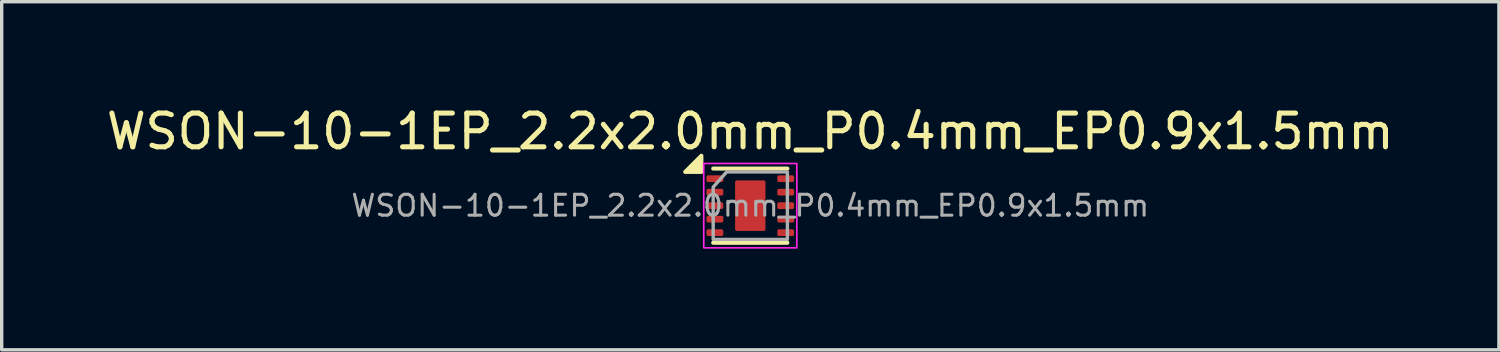
<source format=kicad_pcb>
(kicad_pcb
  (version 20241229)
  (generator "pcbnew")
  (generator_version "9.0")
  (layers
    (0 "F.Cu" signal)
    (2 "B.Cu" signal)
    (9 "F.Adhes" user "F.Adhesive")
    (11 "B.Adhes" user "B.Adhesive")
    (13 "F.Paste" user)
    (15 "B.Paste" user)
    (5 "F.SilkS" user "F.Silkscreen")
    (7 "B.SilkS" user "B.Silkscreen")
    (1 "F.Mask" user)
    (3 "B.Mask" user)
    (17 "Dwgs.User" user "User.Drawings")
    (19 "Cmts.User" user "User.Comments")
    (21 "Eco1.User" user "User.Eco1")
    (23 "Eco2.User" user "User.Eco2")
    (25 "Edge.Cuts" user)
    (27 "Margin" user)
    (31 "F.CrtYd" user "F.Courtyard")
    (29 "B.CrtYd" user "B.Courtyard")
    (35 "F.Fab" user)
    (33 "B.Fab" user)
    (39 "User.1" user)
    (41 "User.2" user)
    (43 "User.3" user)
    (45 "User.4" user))
  (footprint "WSON-10-1EP_2.2x2.0mm_P0.4mm_EP0.9x1.5mm"
    (layer "F.Cu")
    (at 19.196 3.048)
    (property "Reference" "WSON-10-1EP_2.2x2.0mm_P0.4mm_EP0.9x1.5mm" (at 0 -2.2 0) (layer "F.SilkS") (effects (font (size 1 1) (thickness 0.15))))
    (attr smd)
    (fp_line (start -1.1 -1.1) (end 1.1 -1.1) (stroke (width 0.12) (type solid)) (layer "F.SilkS"))
    (fp_line (start -1.1 1.1) (end 1.1 1.1) (stroke (width 0.12) (type solid)) (layer "F.SilkS"))
    (fp_poly (pts (xy -1.45 -1) (xy -1.93 -1) (xy -1.45 -1.48)) (stroke (width 0.12) (type solid)) (fill yes) (layer "F.SilkS"))
    (fp_rect (start -1.38 -1.25) (end 1.38 1.25) (stroke (width 0.05) (type solid)) (fill no) (layer "F.CrtYd"))
    (fp_poly (pts (xy -1.1 -0.55) (xy -1.1 1) (xy 1.1 1) (xy 1.1 -1) (xy -0.7 -1)) (stroke (width 0.1) (type solid)) (fill no) (layer "F.Fab"))
    (fp_text user "${REFERENCE}" (at 0 0 0) (layer "F.Fab") (effects (font (size 0.62 0.62) (thickness 0.09))))
    (pad "" smd roundrect (at 0 0) (size 0.85 1.38) (layers "F.Paste") (roundrect_rratio 0.059))
    (pad "1" smd roundrect (at -1.05 -0.8) (size 0.5 0.2) (layers "F.Cu" "F.Mask" "F.Paste") (roundrect_rratio 0.25))
    (pad "2" smd roundrect (at -1.05 -0.4) (size 0.5 0.2) (layers "F.Cu" "F.Mask" "F.Paste") (roundrect_rratio 0.25))
    (pad "3" smd roundrect (at -1.05 0) (size 0.5 0.2) (layers "F.Cu" "F.Mask" "F.Paste") (roundrect_rratio 0.25))
    (pad "4" smd roundrect (at -1.05 0.4) (size 0.5 0.2) (layers "F.Cu" "F.Mask" "F.Paste") (roundrect_rratio 0.25))
    (pad "5" smd roundrect (at -1.05 0.8) (size 0.5 0.2) (layers "F.Cu" "F.Mask" "F.Paste") (roundrect_rratio 0.25))
    (pad "6" smd roundrect (at 1.05 0.8) (size 0.5 0.2) (layers "F.Cu" "F.Mask" "F.Paste") (roundrect_rratio 0.25))
    (pad "7" smd roundrect (at 1.05 0.4) (size 0.5 0.2) (layers "F.Cu" "F.Mask" "F.Paste") (roundrect_rratio 0.25))
    (pad "8" smd roundrect (at 1.05 0) (size 0.5 0.2) (layers "F.Cu" "F.Mask" "F.Paste") (roundrect_rratio 0.25))
    (pad "9" smd roundrect (at 1.05 -0.4) (size 0.5 0.2) (layers "F.Cu" "F.Mask" "F.Paste") (roundrect_rratio 0.25))
    (pad "10" smd roundrect (at 1.05 -0.8) (size 0.5 0.2) (layers "F.Cu" "F.Mask" "F.Paste") (roundrect_rratio 0.25))
    (pad "11" smd roundrect (at 0 0) (size 0.9 1.5) (property pad_prop_heatsink) (layers "F.Cu" "F.Mask") (roundrect_rratio 0.056)))
  (gr_rect
    (start -3 -3)
    (end 41.393 7.323)
    (stroke (width 0.1) (type default))
    (fill no)
    (layer "Edge.Cuts")))
</source>
